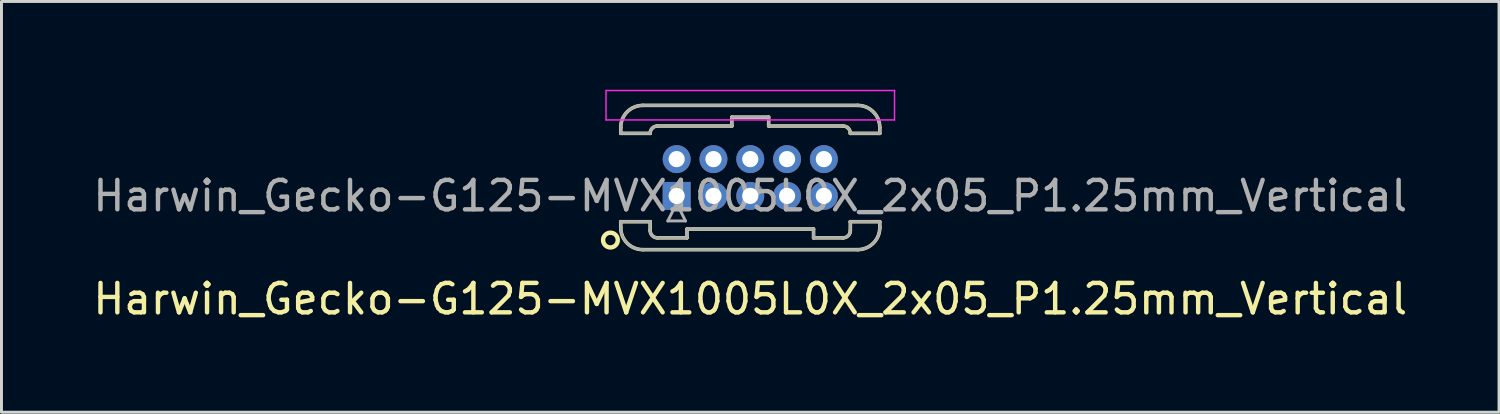
<source format=kicad_pcb>
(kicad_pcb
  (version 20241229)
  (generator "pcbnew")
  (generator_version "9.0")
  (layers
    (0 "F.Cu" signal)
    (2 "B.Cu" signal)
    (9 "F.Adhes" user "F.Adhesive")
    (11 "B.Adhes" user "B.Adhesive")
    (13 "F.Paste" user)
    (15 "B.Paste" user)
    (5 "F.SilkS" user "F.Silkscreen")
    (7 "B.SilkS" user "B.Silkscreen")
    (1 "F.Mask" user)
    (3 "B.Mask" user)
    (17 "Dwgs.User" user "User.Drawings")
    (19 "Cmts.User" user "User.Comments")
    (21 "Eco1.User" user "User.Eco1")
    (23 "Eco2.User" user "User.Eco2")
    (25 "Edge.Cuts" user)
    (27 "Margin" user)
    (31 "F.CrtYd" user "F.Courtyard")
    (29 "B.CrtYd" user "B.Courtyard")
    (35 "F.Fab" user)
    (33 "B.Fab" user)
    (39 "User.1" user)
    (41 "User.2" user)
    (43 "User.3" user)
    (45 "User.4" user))
  (footprint "Harwin_Gecko-G125-MVX1005L0X_2x05_P1.25mm_Vertical"
    (layer "F.Cu")
    (at 19.935 3.605)
    (property "Reference" "Harwin_Gecko-G125-MVX1005L0X_2x05_P1.25mm_Vertical" (at 2.5 3.5 0) (layer "F.SilkS") (effects (font (size 1 1) (thickness 0.15))))
    (attr through_hole)
    (fp_line (start -1.9 -2.325) (end -1.9 -2.125) (stroke (width 0.12) (type solid)) (layer "F.SilkS"))
    (fp_line (start -1.9 -2.125) (end -0.9 -2.125) (stroke (width 0.12) (type solid)) (layer "F.SilkS"))
    (fp_line (start -1.9 0.875) (end -0.9 0.875) (stroke (width 0.12) (type solid)) (layer "F.SilkS"))
    (fp_line (start -1.9 1.075) (end -1.9 0.875) (stroke (width 0.12) (type solid)) (layer "F.SilkS"))
    (fp_line (start -1.15 -3.075) (end 6.15 -3.075) (stroke (width 0.12) (type solid)) (layer "F.SilkS"))
    (fp_line (start -1.15 1.825) (end 6.15 1.825) (stroke (width 0.12) (type solid)) (layer "F.SilkS"))
    (fp_line (start -0.9 -2.125) (end -0.9 -2.125) (stroke (width 0.12) (type solid)) (layer "F.SilkS"))
    (fp_line (start -0.9 0.875) (end -0.9 0.875) (stroke (width 0.12) (type solid)) (layer "F.SilkS"))
    (fp_line (start -0.9 1.175) (end -0.9 0.875) (stroke (width 0.12) (type solid)) (layer "F.SilkS"))
    (fp_line (start -0.65 -2.375) (end 1.875 -2.375) (stroke (width 0.12) (type solid)) (layer "F.SilkS"))
    (fp_line (start -0.65 1.425) (end 0.35 1.425) (stroke (width 0.12) (type solid)) (layer "F.SilkS"))
    (fp_line (start 0.35 1.125) (end 4.65 1.125) (stroke (width 0.12) (type solid)) (layer "F.SilkS"))
    (fp_line (start 0.35 1.425) (end 0.35 1.125) (stroke (width 0.12) (type solid)) (layer "F.SilkS"))
    (fp_line (start 1.875 -2.675) (end 3.125 -2.675) (stroke (width 0.12) (type solid)) (layer "F.SilkS"))
    (fp_line (start 1.875 -2.375) (end 1.875 -2.675) (stroke (width 0.12) (type solid)) (layer "F.SilkS"))
    (fp_line (start 3.125 -2.675) (end 3.125 -2.375) (stroke (width 0.12) (type solid)) (layer "F.SilkS"))
    (fp_line (start 3.125 -2.375) (end 5.65 -2.375) (stroke (width 0.12) (type solid)) (layer "F.SilkS"))
    (fp_line (start 4.65 1.125) (end 4.65 1.425) (stroke (width 0.12) (type solid)) (layer "F.SilkS"))
    (fp_line (start 4.65 1.425) (end 5.65 1.425) (stroke (width 0.12) (type solid)) (layer "F.SilkS"))
    (fp_line (start 5.9 -2.125) (end 5.9 -2.125) (stroke (width 0.12) (type solid)) (layer "F.SilkS"))
    (fp_line (start 5.9 0.875) (end 5.9 0.875) (stroke (width 0.12) (type solid)) (layer "F.SilkS"))
    (fp_line (start 5.9 1.175) (end 5.9 0.875) (stroke (width 0.12) (type solid)) (layer "F.SilkS"))
    (fp_line (start 6.9 -2.325) (end 6.9 -2.125) (stroke (width 0.12) (type solid)) (layer "F.SilkS"))
    (fp_line (start 6.9 -2.125) (end 5.9 -2.125) (stroke (width 0.12) (type solid)) (layer "F.SilkS"))
    (fp_line (start 6.9 0.875) (end 5.9 0.875) (stroke (width 0.12) (type solid)) (layer "F.SilkS"))
    (fp_line (start 6.9 1.075) (end 6.9 0.875) (stroke (width 0.12) (type solid)) (layer "F.SilkS"))
    (fp_arc (start -1.9 -2.325) (mid -1.68033 -2.85533) (end -1.15 -3.075) (stroke (width 0.12) (type solid)) (layer "F.SilkS"))
    (fp_arc (start -1.15 1.825) (mid -1.68033 1.60533) (end -1.9 1.075) (stroke (width 0.12) (type solid)) (layer "F.SilkS"))
    (fp_arc (start -0.9 -2.125) (mid -0.826777 -2.301777) (end -0.65 -2.375) (stroke (width 0.12) (type solid)) (layer "F.SilkS"))
    (fp_arc (start -0.65 1.425) (mid -0.826777 1.351777) (end -0.9 1.175) (stroke (width 0.12) (type solid)) (layer "F.SilkS"))
    (fp_arc (start 5.65 -2.375) (mid 5.826777 -2.301777) (end 5.9 -2.125) (stroke (width 0.12) (type solid)) (layer "F.SilkS"))
    (fp_arc (start 5.9 1.175) (mid 5.826777 1.351777) (end 5.65 1.425) (stroke (width 0.12) (type solid)) (layer "F.SilkS"))
    (fp_arc (start 6.15 -3.075) (mid 6.68033 -2.85533) (end 6.9 -2.325) (stroke (width 0.12) (type solid)) (layer "F.SilkS"))
    (fp_arc (start 6.9 1.075) (mid 6.68033 1.60533) (end 6.15 1.825) (stroke (width 0.12) (type solid)) (layer "F.SilkS"))
    (fp_circle (center -2.25 1.5) (end -2 1.5) (stroke (width 0.15) (type solid)) (fill no) (layer "F.SilkS"))
    (fp_line (start -2.4 -3.58) (end -2.4 -2.58) (stroke (width 0.05) (type solid)) (layer "F.CrtYd"))
    (fp_line (start -2.4 -2.58) (end 7.4 -2.58) (stroke (width 0.05) (type solid)) (layer "F.CrtYd"))
    (fp_line (start 7.4 -3.58) (end -2.4 -3.58) (stroke (width 0.05) (type solid)) (layer "F.CrtYd"))
    (fp_line (start 7.4 -2.58) (end 7.4 -3.58) (stroke (width 0.05) (type solid)) (layer "F.CrtYd"))
    (fp_line (start -1.9 -2.325) (end -1.9 -2.125) (stroke (width 0.1) (type solid)) (layer "F.Fab"))
    (fp_line (start -1.9 -2.125) (end -0.9 -2.125) (stroke (width 0.1) (type solid)) (layer "F.Fab"))
    (fp_line (start -1.9 0.875) (end -0.9 0.875) (stroke (width 0.1) (type solid)) (layer "F.Fab"))
    (fp_line (start -1.9 1.075) (end -1.9 0.875) (stroke (width 0.1) (type solid)) (layer "F.Fab"))
    (fp_line (start -1.15 -3.075) (end 6.15 -3.075) (stroke (width 0.1) (type solid)) (layer "F.Fab"))
    (fp_line (start -1.15 1.825) (end 6.15 1.825) (stroke (width 0.1) (type solid)) (layer "F.Fab"))
    (fp_line (start -0.9 -2.125) (end -0.9 -2.125) (stroke (width 0.1) (type solid)) (layer "F.Fab"))
    (fp_line (start -0.9 0.875) (end -0.9 0.875) (stroke (width 0.1) (type solid)) (layer "F.Fab"))
    (fp_line (start -0.9 1.175) (end -0.9 0.875) (stroke (width 0.1) (type solid)) (layer "F.Fab"))
    (fp_line (start -0.65 -2.375) (end 1.875 -2.375) (stroke (width 0.1) (type solid)) (layer "F.Fab"))
    (fp_line (start -0.65 1.425) (end 0.35 1.425) (stroke (width 0.1) (type solid)) (layer "F.Fab"))
    (fp_line (start -0.3 0.85) (end 0.3 0.85) (stroke (width 0.1) (type solid)) (layer "F.Fab"))
    (fp_line (start 0 0.25) (end -0.3 0.85) (stroke (width 0.1) (type solid)) (layer "F.Fab"))
    (fp_line (start 0.3 0.85) (end 0 0.25) (stroke (width 0.1) (type solid)) (layer "F.Fab"))
    (fp_line (start 0.35 1.125) (end 4.65 1.125) (stroke (width 0.1) (type solid)) (layer "F.Fab"))
    (fp_line (start 0.35 1.425) (end 0.35 1.125) (stroke (width 0.1) (type solid)) (layer "F.Fab"))
    (fp_line (start 1.875 -2.675) (end 3.125 -2.675) (stroke (width 0.1) (type solid)) (layer "F.Fab"))
    (fp_line (start 1.875 -2.375) (end 1.875 -2.675) (stroke (width 0.1) (type solid)) (layer "F.Fab"))
    (fp_line (start 3.125 -2.675) (end 3.125 -2.375) (stroke (width 0.1) (type solid)) (layer "F.Fab"))
    (fp_line (start 3.125 -2.375) (end 5.65 -2.375) (stroke (width 0.1) (type solid)) (layer "F.Fab"))
    (fp_line (start 4.65 1.125) (end 4.65 1.425) (stroke (width 0.1) (type solid)) (layer "F.Fab"))
    (fp_line (start 4.65 1.425) (end 5.65 1.425) (stroke (width 0.1) (type solid)) (layer "F.Fab"))
    (fp_line (start 5.9 -2.125) (end 5.9 -2.125) (stroke (width 0.1) (type solid)) (layer "F.Fab"))
    (fp_line (start 5.9 0.875) (end 5.9 0.875) (stroke (width 0.1) (type solid)) (layer "F.Fab"))
    (fp_line (start 5.9 1.175) (end 5.9 0.875) (stroke (width 0.1) (type solid)) (layer "F.Fab"))
    (fp_line (start 6.9 -2.325) (end 6.9 -2.125) (stroke (width 0.1) (type solid)) (layer "F.Fab"))
    (fp_line (start 6.9 -2.125) (end 5.9 -2.125) (stroke (width 0.1) (type solid)) (layer "F.Fab"))
    (fp_line (start 6.9 0.875) (end 5.9 0.875) (stroke (width 0.1) (type solid)) (layer "F.Fab"))
    (fp_line (start 6.9 1.075) (end 6.9 0.875) (stroke (width 0.1) (type solid)) (layer "F.Fab"))
    (fp_arc (start -1.9 -2.325) (mid -1.68033 -2.85533) (end -1.15 -3.075) (stroke (width 0.1) (type solid)) (layer "F.Fab"))
    (fp_arc (start -1.15 1.825) (mid -1.68033 1.60533) (end -1.9 1.075) (stroke (width 0.1) (type solid)) (layer "F.Fab"))
    (fp_arc (start -0.9 -2.125) (mid -0.826777 -2.301777) (end -0.65 -2.375) (stroke (width 0.1) (type solid)) (layer "F.Fab"))
    (fp_arc (start -0.65 1.425) (mid -0.826777 1.351777) (end -0.9 1.175) (stroke (width 0.1) (type solid)) (layer "F.Fab"))
    (fp_arc (start 5.65 -2.375) (mid 5.826777 -2.301777) (end 5.9 -2.125) (stroke (width 0.1) (type solid)) (layer "F.Fab"))
    (fp_arc (start 5.9 1.175) (mid 5.826777 1.351777) (end 5.65 1.425) (stroke (width 0.1) (type solid)) (layer "F.Fab"))
    (fp_arc (start 6.15 -3.075) (mid 6.68033 -2.85533) (end 6.9 -2.325) (stroke (width 0.1) (type solid)) (layer "F.Fab"))
    (fp_arc (start 6.9 1.075) (mid 6.68033 1.60533) (end 6.15 1.825) (stroke (width 0.1) (type solid)) (layer "F.Fab"))
    (fp_text user "${REFERENCE}" (at 2.5 0 0) (layer "F.Fab") (effects (font (size 1 1) (thickness 0.15))))
    (pad "1" thru_hole rect (at 0 0) (size 0.95 0.95) (drill 0.55) (layers "*.Cu" "*.Mask"))
    (pad "2" thru_hole circle (at 0 -1.25) (size 0.95 0.95) (drill 0.55) (layers "*.Cu" "*.Mask"))
    (pad "3" thru_hole circle (at 1.25 0) (size 0.95 0.95) (drill 0.55) (layers "*.Cu" "*.Mask"))
    (pad "4" thru_hole circle (at 1.25 -1.25) (size 0.95 0.95) (drill 0.55) (layers "*.Cu" "*.Mask"))
    (pad "5" thru_hole circle (at 2.5 0) (size 0.95 0.95) (drill 0.55) (layers "*.Cu" "*.Mask"))
    (pad "6" thru_hole circle (at 2.5 -1.25) (size 0.95 0.95) (drill 0.55) (layers "*.Cu" "*.Mask"))
    (pad "7" thru_hole circle (at 3.75 0) (size 0.95 0.95) (drill 0.55) (layers "*.Cu" "*.Mask"))
    (pad "8" thru_hole circle (at 3.75 -1.25) (size 0.95 0.95) (drill 0.55) (layers "*.Cu" "*.Mask"))
    (pad "9" thru_hole circle (at 5 0) (size 0.95 0.95) (drill 0.55) (layers "*.Cu" "*.Mask"))
    (pad "10" thru_hole circle (at 5 -1.25) (size 0.95 0.95) (drill 0.55) (layers "*.Cu" "*.Mask")))
  (gr_rect
    (start -3 -3)
    (end 47.869 10.953)
    (stroke (width 0.1) (type default))
    (fill no)
    (layer "Edge.Cuts")))
</source>
